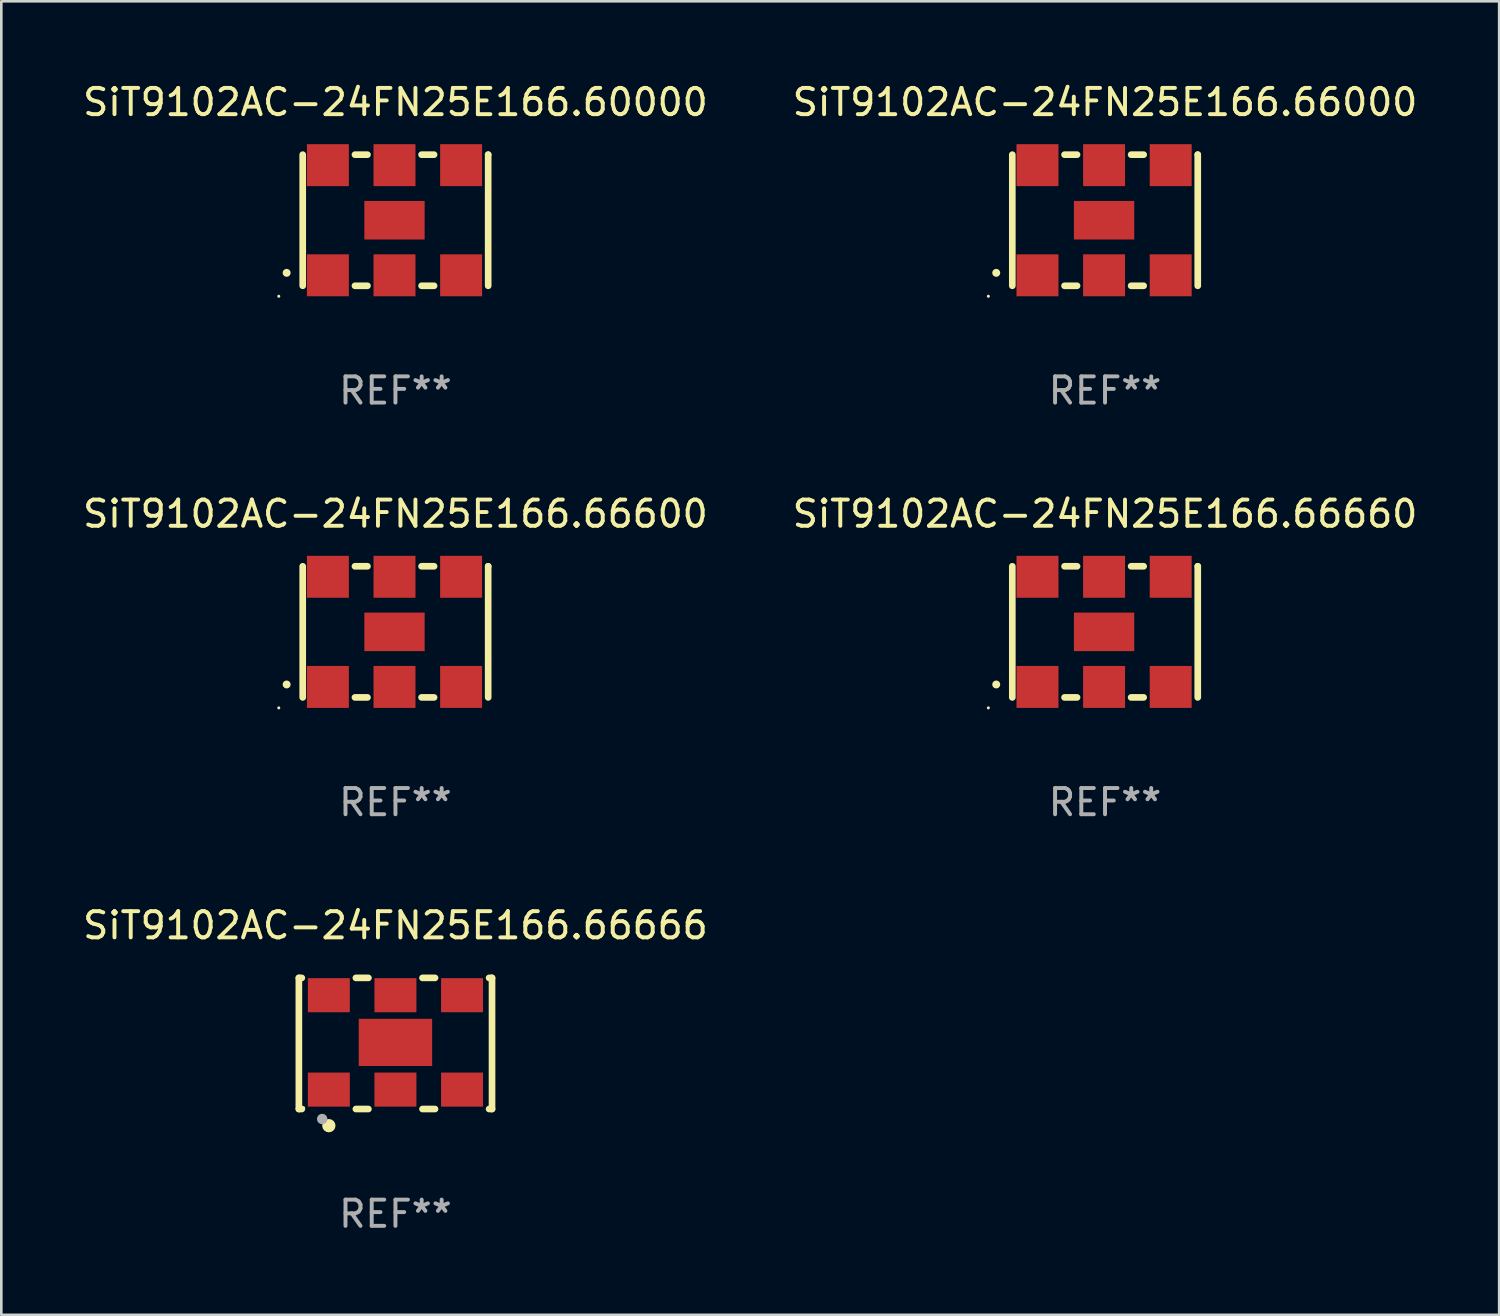
<source format=kicad_pcb>
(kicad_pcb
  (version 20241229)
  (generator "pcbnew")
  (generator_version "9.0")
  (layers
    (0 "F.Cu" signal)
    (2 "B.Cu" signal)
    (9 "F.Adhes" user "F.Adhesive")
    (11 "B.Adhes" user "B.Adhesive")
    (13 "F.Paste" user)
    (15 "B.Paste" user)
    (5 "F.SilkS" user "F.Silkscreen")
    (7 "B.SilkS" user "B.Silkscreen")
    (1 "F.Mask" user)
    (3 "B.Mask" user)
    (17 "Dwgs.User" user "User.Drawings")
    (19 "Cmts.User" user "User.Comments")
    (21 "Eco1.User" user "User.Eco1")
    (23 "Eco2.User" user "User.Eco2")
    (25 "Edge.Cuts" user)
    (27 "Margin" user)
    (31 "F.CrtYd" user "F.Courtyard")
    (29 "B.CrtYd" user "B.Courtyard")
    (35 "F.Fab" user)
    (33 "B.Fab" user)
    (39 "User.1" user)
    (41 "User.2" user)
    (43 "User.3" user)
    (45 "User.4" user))
  (footprint "SiT9102AC-24FN25E166.66000"
    (layer "F.Cu")
    (at 39.089 5.348)
    (property "Reference" "SiT9102AC-24FN25E166.66000" (at 0 -4.5 0) (layer "F.SilkS") (effects (font (size 1 1) (thickness 0.15))))
    (attr through_hole)
    (fp_line (start -3.536 -2.5) (end -3.536 2.5) (stroke (width 0.254) (type solid)) (layer "F.SilkS"))
    (fp_line (start -1.544 2.5) (end -1.067 2.5) (stroke (width 0.254) (type solid)) (layer "F.SilkS"))
    (fp_line (start -1.067 -2.5) (end -1.544 -2.5) (stroke (width 0.254) (type solid)) (layer "F.SilkS"))
    (fp_line (start 0.996 2.5) (end 1.473 2.5) (stroke (width 0.254) (type solid)) (layer "F.SilkS"))
    (fp_line (start 1.473 -2.5) (end 0.996 -2.5) (stroke (width 0.254) (type solid)) (layer "F.SilkS"))
    (fp_line (start 3.536 -2.5) (end 3.536 -2.5) (stroke (width 0.254) (type solid)) (layer "F.SilkS"))
    (fp_line (start 3.536 2.5) (end 3.536 -2.5) (stroke (width 0.254) (type solid)) (layer "F.SilkS"))
    (fp_arc (start -4.150432 2.006604) (mid -4.149162 2.006599) (end -4.147892 2.006604) (stroke (width 0.3) (type solid)) (layer "F.SilkS"))
    (fp_circle (center -4.449 2.9) (end -4.419 2.9) (stroke (width 0.06) (type solid)) (fill no) (layer "F.SilkS"))
    (fp_text user "REF**" (at 0 6.5 0) (layer "F.Fab") (effects (font (size 1 1) (thickness 0.15))))
    (pad "1" smd rect (at -2.576 2.1) (size 1.6 1.6) (layers "F.Cu" "F.Mask" "F.Paste"))
    (pad "2" smd rect (at -0.036 2.1) (size 1.6 1.6) (layers "F.Cu" "F.Mask" "F.Paste"))
    (pad "3" smd rect (at 2.504 2.1) (size 1.6 1.6) (layers "F.Cu" "F.Mask" "F.Paste"))
    (pad "4" smd rect (at 2.504 -2.1) (size 1.6 1.6) (layers "F.Cu" "F.Mask" "F.Paste"))
    (pad "5" smd rect (at -0.036 -2.1) (size 1.6 1.6) (layers "F.Cu" "F.Mask" "F.Paste"))
    (pad "6" smd rect (at -2.576 -2.1) (size 1.6 1.6) (layers "F.Cu" "F.Mask" "F.Paste"))
    (pad "7" smd rect (at -0.036 0) (size 2.3 1.47) (layers "F.Cu" "F.Mask" "F.Paste")))
  (footprint "SiT9102AC-24FN25E166.60000"
    (layer "F.Cu")
    (at 12.03 5.348)
    (property "Reference" "SiT9102AC-24FN25E166.60000" (at 0 -4.5 0) (layer "F.SilkS") (effects (font (size 1 1) (thickness 0.15))))
    (attr through_hole)
    (fp_line (start -3.536 -2.5) (end -3.536 2.5) (stroke (width 0.254) (type solid)) (layer "F.SilkS"))
    (fp_line (start -1.544 2.5) (end -1.067 2.5) (stroke (width 0.254) (type solid)) (layer "F.SilkS"))
    (fp_line (start -1.067 -2.5) (end -1.544 -2.5) (stroke (width 0.254) (type solid)) (layer "F.SilkS"))
    (fp_line (start 0.996 2.5) (end 1.473 2.5) (stroke (width 0.254) (type solid)) (layer "F.SilkS"))
    (fp_line (start 1.473 -2.5) (end 0.996 -2.5) (stroke (width 0.254) (type solid)) (layer "F.SilkS"))
    (fp_line (start 3.536 -2.5) (end 3.536 -2.5) (stroke (width 0.254) (type solid)) (layer "F.SilkS"))
    (fp_line (start 3.536 2.5) (end 3.536 -2.5) (stroke (width 0.254) (type solid)) (layer "F.SilkS"))
    (fp_arc (start -4.150432 2.006604) (mid -4.149162 2.006599) (end -4.147892 2.006604) (stroke (width 0.3) (type solid)) (layer "F.SilkS"))
    (fp_circle (center -4.449 2.9) (end -4.419 2.9) (stroke (width 0.06) (type solid)) (fill no) (layer "F.SilkS"))
    (fp_text user "REF**" (at 0 6.5 0) (layer "F.Fab") (effects (font (size 1 1) (thickness 0.15))))
    (pad "1" smd rect (at -2.576 2.1) (size 1.6 1.6) (layers "F.Cu" "F.Mask" "F.Paste"))
    (pad "2" smd rect (at -0.036 2.1) (size 1.6 1.6) (layers "F.Cu" "F.Mask" "F.Paste"))
    (pad "3" smd rect (at 2.504 2.1) (size 1.6 1.6) (layers "F.Cu" "F.Mask" "F.Paste"))
    (pad "4" smd rect (at 2.504 -2.1) (size 1.6 1.6) (layers "F.Cu" "F.Mask" "F.Paste"))
    (pad "5" smd rect (at -0.036 -2.1) (size 1.6 1.6) (layers "F.Cu" "F.Mask" "F.Paste"))
    (pad "6" smd rect (at -2.576 -2.1) (size 1.6 1.6) (layers "F.Cu" "F.Mask" "F.Paste"))
    (pad "7" smd rect (at -0.036 0) (size 2.3 1.47) (layers "F.Cu" "F.Mask" "F.Paste")))
  (footprint "SiT9102AC-24FN25E166.66666"
    (layer "F.Cu")
    (at 12.03 36.741)
    (property "Reference" "SiT9102AC-24FN25E166.66666" (at 0 -4.5 0) (layer "F.SilkS") (effects (font (size 1 1) (thickness 0.15))))
    (attr through_hole)
    (fp_line (start -3.683 -2.5) (end -3.571 -2.5) (stroke (width 0.254) (type solid)) (layer "F.SilkS"))
    (fp_line (start -3.683 2.5) (end -3.683 -2.5) (stroke (width 0.254) (type solid)) (layer "F.SilkS"))
    (fp_line (start -3.683 2.5) (end -3.571 2.5) (stroke (width 0.254) (type solid)) (layer "F.SilkS"))
    (fp_line (start -1.509 -2.5) (end -1.031 -2.5) (stroke (width 0.254) (type solid)) (layer "F.SilkS"))
    (fp_line (start -1.509 2.5) (end -1.031 2.5) (stroke (width 0.254) (type solid)) (layer "F.SilkS"))
    (fp_line (start 1.031 -2.5) (end 1.509 -2.5) (stroke (width 0.254) (type solid)) (layer "F.SilkS"))
    (fp_line (start 1.031 2.5) (end 1.509 2.5) (stroke (width 0.254) (type solid)) (layer "F.SilkS"))
    (fp_line (start 3.571 -2.5) (end 3.683 -2.5) (stroke (width 0.254) (type solid)) (layer "F.SilkS"))
    (fp_line (start 3.571 2.5) (end 3.683 2.5) (stroke (width 0.254) (type solid)) (layer "F.SilkS"))
    (fp_line (start 3.683 2.5) (end 3.683 -2.5) (stroke (width 0.254) (type solid)) (layer "F.SilkS"))
    (fp_circle (center -3.5 2.46) (end -3.47 2.46) (stroke (width 0.06) (type solid)) (fill no) (layer "F.SilkS"))
    (fp_circle (center -2.54 3.135) (end -2.413 3.135) (stroke (width 0.254) (type solid)) (fill no) (layer "F.SilkS"))
    (fp_circle (center -2.794 2.881) (end -2.694 2.881) (stroke (width 0.2) (type solid)) (fill no) (layer "F.Fab"))
    (fp_text user "REF**" (at 0 6.5 0) (layer "F.Fab") (effects (font (size 1 1) (thickness 0.15))))
    (pad "1" smd rect (at -2.54 1.76) (size 1.6 1.3) (layers "F.Cu" "F.Mask" "F.Paste"))
    (pad "2" smd rect (at 0 1.76) (size 1.6 1.3) (layers "F.Cu" "F.Mask" "F.Paste"))
    (pad "3" smd rect (at 2.54 1.76) (size 1.6 1.3) (layers "F.Cu" "F.Mask" "F.Paste"))
    (pad "4" smd rect (at 2.54 -1.84) (size 1.6 1.3) (layers "F.Cu" "F.Mask" "F.Paste"))
    (pad "5" smd rect (at 0 -1.84) (size 1.6 1.3) (layers "F.Cu" "F.Mask" "F.Paste"))
    (pad "6" smd rect (at -2.54 -1.84) (size 1.6 1.3) (layers "F.Cu" "F.Mask" "F.Paste"))
    (pad "7" smd rect (at 0 -0.04) (size 2.8 1.8) (layers "F.Cu" "F.Mask" "F.Paste")))
  (footprint "SiT9102AC-24FN25E166.66600"
    (layer "F.Cu")
    (at 12.03 21.045)
    (property "Reference" "SiT9102AC-24FN25E166.66600" (at 0 -4.5 0) (layer "F.SilkS") (effects (font (size 1 1) (thickness 0.15))))
    (attr through_hole)
    (fp_line (start -3.536 -2.5) (end -3.536 2.5) (stroke (width 0.254) (type solid)) (layer "F.SilkS"))
    (fp_line (start -1.544 2.5) (end -1.067 2.5) (stroke (width 0.254) (type solid)) (layer "F.SilkS"))
    (fp_line (start -1.067 -2.5) (end -1.544 -2.5) (stroke (width 0.254) (type solid)) (layer "F.SilkS"))
    (fp_line (start 0.996 2.5) (end 1.473 2.5) (stroke (width 0.254) (type solid)) (layer "F.SilkS"))
    (fp_line (start 1.473 -2.5) (end 0.996 -2.5) (stroke (width 0.254) (type solid)) (layer "F.SilkS"))
    (fp_line (start 3.536 -2.5) (end 3.536 -2.5) (stroke (width 0.254) (type solid)) (layer "F.SilkS"))
    (fp_line (start 3.536 2.5) (end 3.536 -2.5) (stroke (width 0.254) (type solid)) (layer "F.SilkS"))
    (fp_arc (start -4.150432 2.006604) (mid -4.149162 2.006599) (end -4.147892 2.006604) (stroke (width 0.3) (type solid)) (layer "F.SilkS"))
    (fp_circle (center -4.449 2.9) (end -4.419 2.9) (stroke (width 0.06) (type solid)) (fill no) (layer "F.SilkS"))
    (fp_text user "REF**" (at 0 6.5 0) (layer "F.Fab") (effects (font (size 1 1) (thickness 0.15))))
    (pad "1" smd rect (at -2.576 2.1) (size 1.6 1.6) (layers "F.Cu" "F.Mask" "F.Paste"))
    (pad "2" smd rect (at -0.036 2.1) (size 1.6 1.6) (layers "F.Cu" "F.Mask" "F.Paste"))
    (pad "3" smd rect (at 2.504 2.1) (size 1.6 1.6) (layers "F.Cu" "F.Mask" "F.Paste"))
    (pad "4" smd rect (at 2.504 -2.1) (size 1.6 1.6) (layers "F.Cu" "F.Mask" "F.Paste"))
    (pad "5" smd rect (at -0.036 -2.1) (size 1.6 1.6) (layers "F.Cu" "F.Mask" "F.Paste"))
    (pad "6" smd rect (at -2.576 -2.1) (size 1.6 1.6) (layers "F.Cu" "F.Mask" "F.Paste"))
    (pad "7" smd rect (at -0.036 0) (size 2.3 1.47) (layers "F.Cu" "F.Mask" "F.Paste")))
  (footprint "SiT9102AC-24FN25E166.66660"
    (layer "F.Cu")
    (at 39.089 21.045)
    (property "Reference" "SiT9102AC-24FN25E166.66660" (at 0 -4.5 0) (layer "F.SilkS") (effects (font (size 1 1) (thickness 0.15))))
    (attr through_hole)
    (fp_line (start -3.536 -2.5) (end -3.536 2.5) (stroke (width 0.254) (type solid)) (layer "F.SilkS"))
    (fp_line (start -1.544 2.5) (end -1.067 2.5) (stroke (width 0.254) (type solid)) (layer "F.SilkS"))
    (fp_line (start -1.067 -2.5) (end -1.544 -2.5) (stroke (width 0.254) (type solid)) (layer "F.SilkS"))
    (fp_line (start 0.996 2.5) (end 1.473 2.5) (stroke (width 0.254) (type solid)) (layer "F.SilkS"))
    (fp_line (start 1.473 -2.5) (end 0.996 -2.5) (stroke (width 0.254) (type solid)) (layer "F.SilkS"))
    (fp_line (start 3.536 -2.5) (end 3.536 -2.5) (stroke (width 0.254) (type solid)) (layer "F.SilkS"))
    (fp_line (start 3.536 2.5) (end 3.536 -2.5) (stroke (width 0.254) (type solid)) (layer "F.SilkS"))
    (fp_arc (start -4.150432 2.006604) (mid -4.149162 2.006599) (end -4.147892 2.006604) (stroke (width 0.3) (type solid)) (layer "F.SilkS"))
    (fp_circle (center -4.449 2.9) (end -4.419 2.9) (stroke (width 0.06) (type solid)) (fill no) (layer "F.SilkS"))
    (fp_text user "REF**" (at 0 6.5 0) (layer "F.Fab") (effects (font (size 1 1) (thickness 0.15))))
    (pad "1" smd rect (at -2.576 2.1) (size 1.6 1.6) (layers "F.Cu" "F.Mask" "F.Paste"))
    (pad "2" smd rect (at -0.036 2.1) (size 1.6 1.6) (layers "F.Cu" "F.Mask" "F.Paste"))
    (pad "3" smd rect (at 2.504 2.1) (size 1.6 1.6) (layers "F.Cu" "F.Mask" "F.Paste"))
    (pad "4" smd rect (at 2.504 -2.1) (size 1.6 1.6) (layers "F.Cu" "F.Mask" "F.Paste"))
    (pad "5" smd rect (at -0.036 -2.1) (size 1.6 1.6) (layers "F.Cu" "F.Mask" "F.Paste"))
    (pad "6" smd rect (at -2.576 -2.1) (size 1.6 1.6) (layers "F.Cu" "F.Mask" "F.Paste"))
    (pad "7" smd rect (at -0.036 0) (size 2.3 1.47) (layers "F.Cu" "F.Mask" "F.Paste")))
  (gr_rect
    (start -3 -3)
    (end 54.119 47.09)
    (stroke (width 0.1) (type default))
    (fill no)
    (layer "Edge.Cuts")))
</source>
